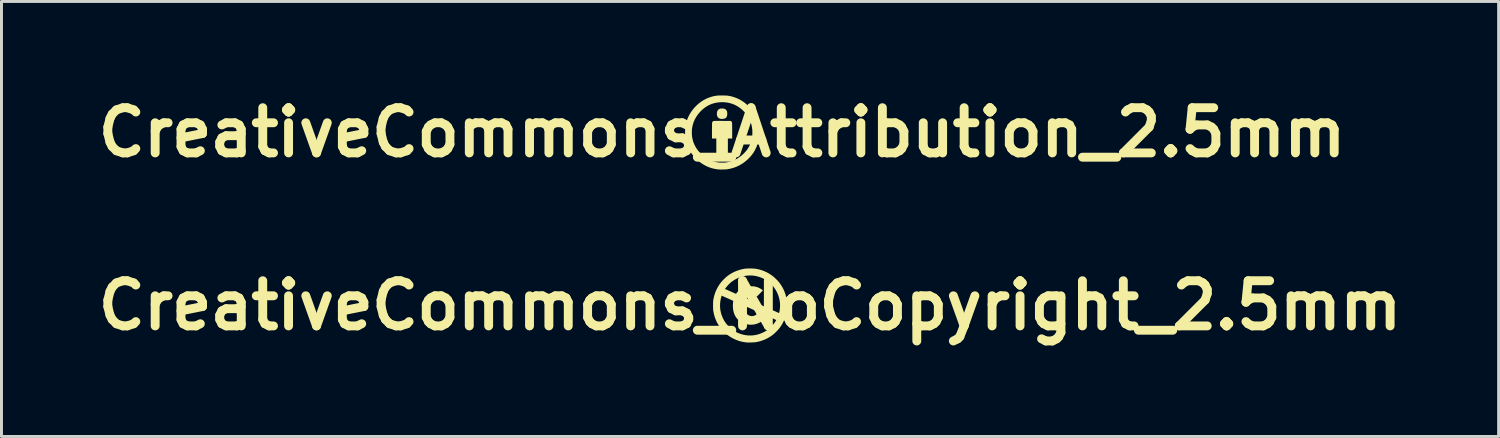
<source format=kicad_pcb>
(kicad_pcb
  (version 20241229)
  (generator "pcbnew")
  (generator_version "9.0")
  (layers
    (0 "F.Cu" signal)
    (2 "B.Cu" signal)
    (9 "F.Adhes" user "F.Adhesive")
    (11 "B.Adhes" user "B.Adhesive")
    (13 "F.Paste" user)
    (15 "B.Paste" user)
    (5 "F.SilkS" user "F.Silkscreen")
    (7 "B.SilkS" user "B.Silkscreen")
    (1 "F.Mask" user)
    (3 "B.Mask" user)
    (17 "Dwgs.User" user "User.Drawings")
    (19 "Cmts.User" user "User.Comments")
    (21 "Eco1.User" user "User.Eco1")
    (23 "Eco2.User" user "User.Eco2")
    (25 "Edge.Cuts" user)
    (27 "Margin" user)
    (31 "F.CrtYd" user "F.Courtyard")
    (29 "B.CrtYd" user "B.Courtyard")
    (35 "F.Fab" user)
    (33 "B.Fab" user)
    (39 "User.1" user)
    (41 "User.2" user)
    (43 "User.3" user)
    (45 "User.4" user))
  (footprint "CreativeCommons_Attribution_2.5mm"
    (layer "F.Cu")
    (at 21.307 1.418)
    (property "Reference" "CreativeCommons_Attribution_2.5mm" (at 0 0 0) (layer "F.SilkS") (effects (font (size 1.524 1.524) (thickness 0.3))))
    (attr board_only exclude_from_pos_files exclude_from_bom)
    (fp_poly (pts (xy 0.043 -0.806) (xy 0.079 -0.798) (xy 0.109 -0.784) (xy 0.134 -0.763) (xy 0.144 -0.751) (xy 0.158 -0.729) (xy 0.167 -0.705) (xy 0.172 -0.675) (xy 0.174 -0.639) (xy 0.174 -0.63) (xy 0.172 -0.585) (xy 0.163 -0.548) (xy 0.149 -0.518) (xy 0.128 -0.494) (xy 0.101 -0.476) (xy 0.067 -0.464) (xy 0.026 -0.458) (xy 0.014 -0.457) (xy -0.008 -0.457) (xy -0.03 -0.457) (xy -0.048 -0.459) (xy -0.05 -0.459) (xy -0.086 -0.47) (xy -0.117 -0.487) (xy -0.142 -0.51) (xy -0.159 -0.538) (xy -0.16 -0.539) (xy -0.169 -0.567) (xy -0.175 -0.601) (xy -0.176 -0.636) (xy -0.174 -0.668) (xy -0.165 -0.708) (xy -0.15 -0.741) (xy -0.13 -0.767) (xy -0.104 -0.787) (xy -0.072 -0.8) (xy -0.033 -0.808) (xy 0 -0.809)) (stroke (width 0) (type solid)) (fill yes) (layer "F.SilkS"))
    (fp_poly (pts (xy -0.061 -0.39) (xy 0.002 -0.39) (xy 0.005 -0.39) (xy 0.289 -0.389) (xy 0.306 -0.376) (xy 0.313 -0.371) (xy 0.318 -0.367) (xy 0.323 -0.362) (xy 0.327 -0.356) (xy 0.33 -0.349) (xy 0.333 -0.339) (xy 0.335 -0.327) (xy 0.336 -0.31) (xy 0.338 -0.289) (xy 0.338 -0.263) (xy 0.339 -0.231) (xy 0.339 -0.192) (xy 0.34 -0.146) (xy 0.34 -0.092) (xy 0.34 -0.065) (xy 0.341 0.205) (xy 0.195 0.205) (xy 0.195 0.809) (xy -0.195 0.809) (xy -0.195 0.205) (xy -0.341 0.205) (xy -0.341 -0.056) (xy -0.341 -0.118) (xy -0.341 -0.173) (xy -0.34 -0.221) (xy -0.34 -0.26) (xy -0.339 -0.292) (xy -0.338 -0.314) (xy -0.337 -0.329) (xy -0.336 -0.333) (xy -0.328 -0.351) (xy -0.315 -0.369) (xy -0.299 -0.382) (xy -0.292 -0.386) (xy -0.286 -0.387) (xy -0.275 -0.388) (xy -0.257 -0.389) (xy -0.233 -0.389) (xy -0.201 -0.39) (xy -0.163 -0.39) (xy -0.116 -0.39)) (stroke (width 0) (type solid)) (fill yes) (layer "F.SilkS"))
    (fp_poly (pts (xy 0.055 -1.247) (xy 0.099 -1.246) (xy 0.137 -1.245) (xy 0.171 -1.242) (xy 0.202 -1.239) (xy 0.233 -1.234) (xy 0.266 -1.227) (xy 0.301 -1.22) (xy 0.317 -1.216) (xy 0.417 -1.186) (xy 0.513 -1.149) (xy 0.606 -1.104) (xy 0.694 -1.05) (xy 0.779 -0.989) (xy 0.858 -0.919) (xy 0.928 -0.849) (xy 0.996 -0.768) (xy 1.056 -0.684) (xy 1.108 -0.598) (xy 1.152 -0.507) (xy 1.187 -0.413) (xy 1.216 -0.314) (xy 1.237 -0.21) (xy 1.242 -0.18) (xy 1.244 -0.158) (xy 1.246 -0.128) (xy 1.247 -0.093) (xy 1.248 -0.054) (xy 1.248 -0.013) (xy 1.248 0.03) (xy 1.247 0.071) (xy 1.246 0.11) (xy 1.244 0.145) (xy 1.242 0.174) (xy 1.24 0.194) (xy 1.22 0.3) (xy 1.192 0.401) (xy 1.156 0.497) (xy 1.113 0.589) (xy 1.062 0.676) (xy 1.002 0.759) (xy 0.935 0.838) (xy 0.86 0.913) (xy 0.782 0.979) (xy 0.695 1.043) (xy 0.604 1.098) (xy 0.511 1.145) (xy 0.413 1.184) (xy 0.313 1.214) (xy 0.209 1.235) (xy 0.152 1.243) (xy 0.133 1.245) (xy 0.107 1.246) (xy 0.076 1.248) (xy 0.043 1.249) (xy 0.009 1.249) (xy -0.025 1.25) (xy -0.057 1.25) (xy -0.085 1.249) (xy -0.107 1.248) (xy -0.122 1.247) (xy -0.123 1.247) (xy -0.132 1.246) (xy -0.148 1.244) (xy -0.167 1.241) (xy -0.175 1.241) (xy -0.273 1.224) (xy -0.37 1.199) (xy -0.465 1.165) (xy -0.557 1.122) (xy -0.646 1.072) (xy -0.733 1.013) (xy -0.815 0.946) (xy -0.872 0.893) (xy -0.948 0.814) (xy -1.015 0.73) (xy -1.074 0.644) (xy -1.125 0.554) (xy -1.167 0.46) (xy -1.201 0.363) (xy -1.226 0.263) (xy -1.243 0.159) (xy -1.246 0.135) (xy -1.248 0.108) (xy -1.249 0.074) (xy -1.249 0.036) (xy -1.249 0.021) (xy -1.02 0.021) (xy -1.019 0.067) (xy -1.016 0.108) (xy -1.012 0.143) (xy -1.012 0.145) (xy -0.994 0.238) (xy -0.969 0.325) (xy -0.935 0.409) (xy -0.894 0.489) (xy -0.845 0.566) (xy -0.787 0.641) (xy -0.734 0.699) (xy -0.662 0.768) (xy -0.587 0.829) (xy -0.508 0.881) (xy -0.427 0.925) (xy -0.341 0.961) (xy -0.252 0.988) (xy -0.159 1.007) (xy -0.133 1.011) (xy -0.103 1.014) (xy -0.066 1.016) (xy -0.025 1.017) (xy 0.017 1.018) (xy 0.059 1.017) (xy 0.098 1.015) (xy 0.13 1.012) (xy 0.135 1.011) (xy 0.228 0.995) (xy 0.318 0.97) (xy 0.404 0.937) (xy 0.488 0.895) (xy 0.568 0.845) (xy 0.646 0.787) (xy 0.722 0.719) (xy 0.734 0.707) (xy 0.788 0.65) (xy 0.834 0.594) (xy 0.874 0.535) (xy 0.91 0.473) (xy 0.925 0.443) (xy 0.96 0.361) (xy 0.987 0.275) (xy 1.007 0.187) (xy 1.018 0.096) (xy 1.022 0.004) (xy 1.019 -0.088) (xy 1.007 -0.179) (xy 0.988 -0.268) (xy 0.961 -0.354) (xy 0.927 -0.437) (xy 0.918 -0.454) (xy 0.873 -0.535) (xy 0.82 -0.611) (xy 0.761 -0.683) (xy 0.696 -0.749) (xy 0.625 -0.81) (xy 0.55 -0.863) (xy 0.471 -0.91) (xy 0.389 -0.949) (xy 0.359 -0.96) (xy 0.275 -0.987) (xy 0.188 -1.006) (xy 0.097 -1.018) (xy 0.006 -1.022) (xy -0.086 -1.018) (xy -0.177 -1.007) (xy -0.266 -0.988) (xy -0.282 -0.984) (xy -0.369 -0.955) (xy -0.452 -0.918) (xy -0.531 -0.873) (xy -0.607 -0.82) (xy -0.679 -0.758) (xy -0.693 -0.745) (xy -0.764 -0.671) (xy -0.826 -0.594) (xy -0.879 -0.514) (xy -0.925 -0.43) (xy -0.962 -0.343) (xy -0.99 -0.252) (xy -1.01 -0.158) (xy -1.012 -0.145) (xy -1.016 -0.111) (xy -1.019 -0.07) (xy -1.02 -0.025) (xy -1.02 0.021) (xy -1.249 0.021) (xy -1.249 -0.006) (xy -1.248 -0.048) (xy -1.247 -0.09) (xy -1.245 -0.128) (xy -1.243 -0.162) (xy -1.24 -0.189) (xy -1.239 -0.195) (xy -1.218 -0.3) (xy -1.189 -0.401) (xy -1.152 -0.499) (xy -1.106 -0.593) (xy -1.052 -0.683) (xy -0.989 -0.77) (xy -0.919 -0.852) (xy -0.88 -0.893) (xy -0.801 -0.966) (xy -0.718 -1.03) (xy -0.631 -1.087) (xy -0.541 -1.135) (xy -0.447 -1.175) (xy -0.349 -1.207) (xy -0.266 -1.227) (xy -0.236 -1.233) (xy -0.21 -1.237) (xy -0.185 -1.241) (xy -0.161 -1.243) (xy -0.134 -1.245) (xy -0.105 -1.247) (xy -0.071 -1.247) (xy -0.031 -1.248) (xy 0.005 -1.248)) (stroke (width 0) (type solid)) (fill yes) (layer "F.SilkS")))
  (footprint "CreativeCommons_NoCopyright_2.5mm"
    (layer "F.Cu")
    (at 22.25 7.254)
    (property "Reference" "CreativeCommons_NoCopyright_2.5mm" (at 0 0 0) (layer "F.SilkS") (effects (font (size 1.524 1.524) (thickness 0.3))))
    (attr board_only exclude_from_pos_files exclude_from_bom)
    (fp_poly (pts (xy 0.055 -1.248) (xy 0.098 -1.246) (xy 0.136 -1.244) (xy 0.168 -1.241) (xy 0.182 -1.24) (xy 0.289 -1.219) (xy 0.392 -1.19) (xy 0.491 -1.152) (xy 0.586 -1.107) (xy 0.678 -1.053) (xy 0.757 -0.998) (xy 0.789 -0.972) (xy 0.825 -0.94) (xy 0.863 -0.905) (xy 0.901 -0.867) (xy 0.937 -0.83) (xy 0.969 -0.793) (xy 0.996 -0.76) (xy 0.998 -0.757) (xy 1.06 -0.667) (xy 1.113 -0.575) (xy 1.157 -0.479) (xy 1.193 -0.38) (xy 1.221 -0.277) (xy 1.24 -0.182) (xy 1.242 -0.163) (xy 1.244 -0.142) (xy 1.246 -0.119) (xy 1.247 -0.092) (xy 1.247 -0.06) (xy 1.248 -0.02) (xy 1.248 0) (xy 1.248 0.043) (xy 1.247 0.079) (xy 1.246 0.108) (xy 1.245 0.132) (xy 1.243 0.154) (xy 1.241 0.173) (xy 1.24 0.182) (xy 1.219 0.289) (xy 1.189 0.392) (xy 1.152 0.491) (xy 1.106 0.587) (xy 1.052 0.679) (xy 0.996 0.759) (xy 0.972 0.79) (xy 0.941 0.825) (xy 0.907 0.861) (xy 0.87 0.898) (xy 0.834 0.933) (xy 0.798 0.965) (xy 0.766 0.991) (xy 0.757 0.998) (xy 0.667 1.06) (xy 0.574 1.113) (xy 0.478 1.158) (xy 0.378 1.194) (xy 0.274 1.222) (xy 0.186 1.239) (xy 0.17 1.241) (xy 0.147 1.243) (xy 0.118 1.244) (xy 0.085 1.246) (xy 0.051 1.247) (xy 0.015 1.248) (xy -0.019 1.249) (xy -0.051 1.249) (xy -0.079 1.249) (xy -0.101 1.248) (xy -0.115 1.247) (xy -0.116 1.247) (xy -0.126 1.246) (xy -0.142 1.244) (xy -0.163 1.241) (xy -0.184 1.238) (xy -0.28 1.221) (xy -0.376 1.195) (xy -0.47 1.16) (xy -0.563 1.118) (xy -0.653 1.068) (xy -0.739 1.011) (xy -0.765 0.992) (xy -0.793 0.97) (xy -0.825 0.941) (xy -0.859 0.909) (xy -0.894 0.875) (xy -0.927 0.84) (xy -0.958 0.806) (xy -0.985 0.774) (xy -0.998 0.757) (xy -1.058 0.671) (xy -1.109 0.583) (xy -1.152 0.492) (xy -1.188 0.397) (xy -1.217 0.297) (xy -1.237 0.197) (xy -1.24 0.179) (xy -1.243 0.162) (xy -1.244 0.146) (xy -1.246 0.127) (xy -1.247 0.106) (xy -1.247 0.079) (xy -1.247 0.047) (xy -1.247 0.041) (xy -1.012 0.041) (xy -1.004 0.135) (xy -0.987 0.227) (xy -0.961 0.318) (xy -0.927 0.406) (xy -0.884 0.492) (xy -0.871 0.515) (xy -0.827 0.583) (xy -0.775 0.649) (xy -0.717 0.712) (xy -0.654 0.771) (xy -0.588 0.823) (xy -0.52 0.868) (xy -0.515 0.871) (xy -0.432 0.915) (xy -0.345 0.951) (xy -0.255 0.979) (xy -0.164 0.999) (xy -0.072 1.01) (xy 0.02 1.013) (xy 0.094 1.009) (xy 0.183 0.996) (xy 0.272 0.975) (xy 0.359 0.946) (xy 0.443 0.91) (xy 0.521 0.868) (xy 0.59 0.822) (xy 0.657 0.768) (xy 0.721 0.708) (xy 0.779 0.644) (xy 0.831 0.577) (xy 0.856 0.54) (xy 0.866 0.523) (xy 0.875 0.508) (xy 0.88 0.497) (xy 0.882 0.493) (xy 0.878 0.49) (xy 0.866 0.484) (xy 0.849 0.475) (xy 0.826 0.464) (xy 0.798 0.451) (xy 0.768 0.437) (xy 0.751 0.43) (xy 0.727 0.419) (xy 0.696 0.405) (xy 0.658 0.388) (xy 0.615 0.369) (xy 0.566 0.347) (xy 0.514 0.324) (xy 0.458 0.299) (xy 0.4 0.273) (xy 0.34 0.247) (xy 0.28 0.22) (xy 0.223 0.194) (xy 0.166 0.169) (xy 0.111 0.144) (xy 0.058 0.121) (xy 0.01 0.099) (xy -0.035 0.079) (xy -0.076 0.061) (xy -0.111 0.046) (xy -0.141 0.032) (xy -0.164 0.022) (xy -0.18 0.015) (xy -0.189 0.011) (xy -0.19 0.01) (xy -0.206 0.004) (xy -0.203 0.04) (xy -0.196 0.092) (xy -0.183 0.142) (xy -0.165 0.189) (xy -0.143 0.232) (xy -0.118 0.27) (xy -0.089 0.301) (xy -0.08 0.309) (xy -0.042 0.333) (xy -0.002 0.35) (xy 0.041 0.358) (xy 0.084 0.358) (xy 0.126 0.35) (xy 0.167 0.334) (xy 0.206 0.311) (xy 0.224 0.296) (xy 0.246 0.276) (xy 0.257 0.287) (xy 0.263 0.293) (xy 0.273 0.306) (xy 0.287 0.322) (xy 0.304 0.342) (xy 0.322 0.365) (xy 0.342 0.388) (xy 0.361 0.412) (xy 0.38 0.435) (xy 0.397 0.456) (xy 0.412 0.474) (xy 0.423 0.488) (xy 0.43 0.497) (xy 0.432 0.5) (xy 0.428 0.504) (xy 0.418 0.513) (xy 0.404 0.523) (xy 0.387 0.535) (xy 0.368 0.548) (xy 0.35 0.56) (xy 0.334 0.57) (xy 0.271 0.601) (xy 0.206 0.624) (xy 0.138 0.64) (xy 0.07 0.648) (xy 0.001 0.649) (xy -0.067 0.642) (xy -0.134 0.629) (xy -0.199 0.608) (xy -0.261 0.581) (xy -0.319 0.548) (xy -0.374 0.508) (xy -0.422 0.462) (xy -0.465 0.41) (xy -0.475 0.395) (xy -0.508 0.34) (xy -0.534 0.282) (xy -0.554 0.219) (xy -0.568 0.151) (xy -0.577 0.077) (xy -0.577 0.073) (xy -0.579 0.039) (xy -0.579 0.002) (xy -0.578 -0.035) (xy -0.576 -0.072) (xy -0.573 -0.104) (xy -0.569 -0.13) (xy -0.568 -0.134) (xy -0.566 -0.146) (xy -0.567 -0.154) (xy -0.567 -0.155) (xy -0.572 -0.158) (xy -0.584 -0.164) (xy -0.603 -0.172) (xy -0.627 -0.184) (xy -0.657 -0.197) (xy -0.691 -0.212) (xy -0.728 -0.229) (xy -0.764 -0.245) (xy -0.957 -0.331) (xy -0.965 -0.308) (xy -0.969 -0.294) (xy -0.975 -0.274) (xy -0.981 -0.251) (xy -0.984 -0.239) (xy -1.002 -0.146) (xy -1.011 -0.052) (xy -1.012 0.041) (xy -1.247 0.041) (xy -1.248 0.008) (xy -1.248 0) (xy -1.247 -0.041) (xy -1.247 -0.074) (xy -1.247 -0.101) (xy -1.246 -0.123) (xy -1.245 -0.142) (xy -1.243 -0.159) (xy -1.241 -0.176) (xy -1.238 -0.194) (xy -1.237 -0.197) (xy -1.22 -0.282) (xy -1.199 -0.361) (xy -1.174 -0.436) (xy -1.143 -0.511) (xy -1.128 -0.543) (xy -1.12 -0.558) (xy -0.846 -0.558) (xy -0.699 -0.492) (xy -0.663 -0.476) (xy -0.628 -0.46) (xy -0.595 -0.446) (xy -0.565 -0.433) (xy -0.54 -0.421) (xy -0.521 -0.413) (xy -0.513 -0.409) (xy -0.473 -0.392) (xy -0.452 -0.422) (xy -0.414 -0.467) (xy -0.369 -0.51) (xy -0.319 -0.548) (xy -0.264 -0.581) (xy -0.207 -0.608) (xy -0.166 -0.622) (xy -0.133 -0.631) (xy -0.102 -0.638) (xy -0.072 -0.643) (xy -0.04 -0.645) (xy -0.003 -0.647) (xy 0.036 -0.647) (xy 0.07 -0.647) (xy 0.097 -0.646) (xy 0.118 -0.645) (xy 0.137 -0.643) (xy 0.155 -0.64) (xy 0.172 -0.637) (xy 0.236 -0.62) (xy 0.296 -0.597) (xy 0.331 -0.58) (xy 0.35 -0.569) (xy 0.37 -0.556) (xy 0.389 -0.544) (xy 0.406 -0.531) (xy 0.42 -0.521) (xy 0.429 -0.513) (xy 0.431 -0.509) (xy 0.427 -0.504) (xy 0.418 -0.495) (xy 0.405 -0.48) (xy 0.388 -0.462) (xy 0.368 -0.442) (xy 0.347 -0.42) (xy 0.325 -0.397) (xy 0.303 -0.375) (xy 0.282 -0.354) (xy 0.264 -0.335) (xy 0.248 -0.319) (xy 0.236 -0.308) (xy 0.229 -0.301) (xy 0.227 -0.3) (xy 0.222 -0.303) (xy 0.211 -0.309) (xy 0.198 -0.319) (xy 0.194 -0.322) (xy 0.155 -0.346) (xy 0.115 -0.362) (xy 0.073 -0.37) (xy 0.031 -0.37) (xy -0.01 -0.362) (xy -0.049 -0.345) (xy -0.084 -0.321) (xy -0.09 -0.316) (xy -0.104 -0.302) (xy -0.117 -0.287) (xy -0.129 -0.272) (xy -0.137 -0.259) (xy -0.142 -0.249) (xy -0.142 -0.245) (xy -0.137 -0.243) (xy -0.125 -0.237) (xy -0.106 -0.228) (xy -0.08 -0.216) (xy -0.047 -0.202) (xy -0.009 -0.185) (xy 0.034 -0.166) (xy 0.081 -0.144) (xy 0.132 -0.121) (xy 0.187 -0.097) (xy 0.245 -0.071) (xy 0.302 -0.045) (xy 0.365 -0.017) (xy 0.427 0.01) (xy 0.488 0.038) (xy 0.547 0.064) (xy 0.604 0.089) (xy 0.657 0.113) (xy 0.706 0.135) (xy 0.75 0.154) (xy 0.788 0.172) (xy 0.82 0.186) (xy 0.845 0.197) (xy 0.857 0.202) (xy 0.887 0.216) (xy 0.914 0.228) (xy 0.938 0.239) (xy 0.957 0.247) (xy 0.97 0.252) (xy 0.976 0.254) (xy 0.976 0.254) (xy 0.979 0.25) (xy 0.983 0.239) (xy 0.988 0.224) (xy 0.989 0.22) (xy 1.005 0.127) (xy 1.012 0.033) (xy 1.011 -0.061) (xy 1.001 -0.154) (xy 0.982 -0.245) (xy 0.955 -0.335) (xy 0.92 -0.421) (xy 0.877 -0.505) (xy 0.825 -0.585) (xy 0.785 -0.639) (xy 0.743 -0.686) (xy 0.695 -0.734) (xy 0.642 -0.78) (xy 0.588 -0.823) (xy 0.533 -0.86) (xy 0.521 -0.868) (xy 0.443 -0.91) (xy 0.36 -0.946) (xy 0.273 -0.974) (xy 0.185 -0.995) (xy 0.096 -1.009) (xy 0.094 -1.009) (xy 0.001 -1.013) (xy -0.091 -1.009) (xy -0.183 -0.996) (xy -0.274 -0.974) (xy -0.362 -0.945) (xy -0.448 -0.907) (xy -0.53 -0.862) (xy -0.609 -0.808) (xy -0.639 -0.785) (xy -0.666 -0.761) (xy -0.697 -0.732) (xy -0.729 -0.7) (xy -0.76 -0.666) (xy -0.788 -0.633) (xy -0.812 -0.604) (xy -0.846 -0.558) (xy -1.12 -0.558) (xy -1.092 -0.613) (xy -1.054 -0.676) (xy -1.014 -0.735) (xy -0.97 -0.792) (xy -0.919 -0.849) (xy -0.884 -0.884) (xy -0.827 -0.939) (xy -0.77 -0.988) (xy -0.713 -1.03) (xy -0.652 -1.069) (xy -0.587 -1.106) (xy -0.543 -1.128) (xy -0.448 -1.169) (xy -0.35 -1.202) (xy -0.249 -1.227) (xy -0.184 -1.239) (xy -0.156 -1.243) (xy -0.12 -1.245) (xy -0.079 -1.247) (xy -0.035 -1.248) (xy 0.01 -1.248)) (stroke (width 0) (type solid)) (fill yes) (layer "F.SilkS")))
  (gr_rect
    (start -3 -3)
    (end 47.501 11.672)
    (stroke (width 0.1) (type default))
    (fill no)
    (layer "Edge.Cuts")))
</source>
